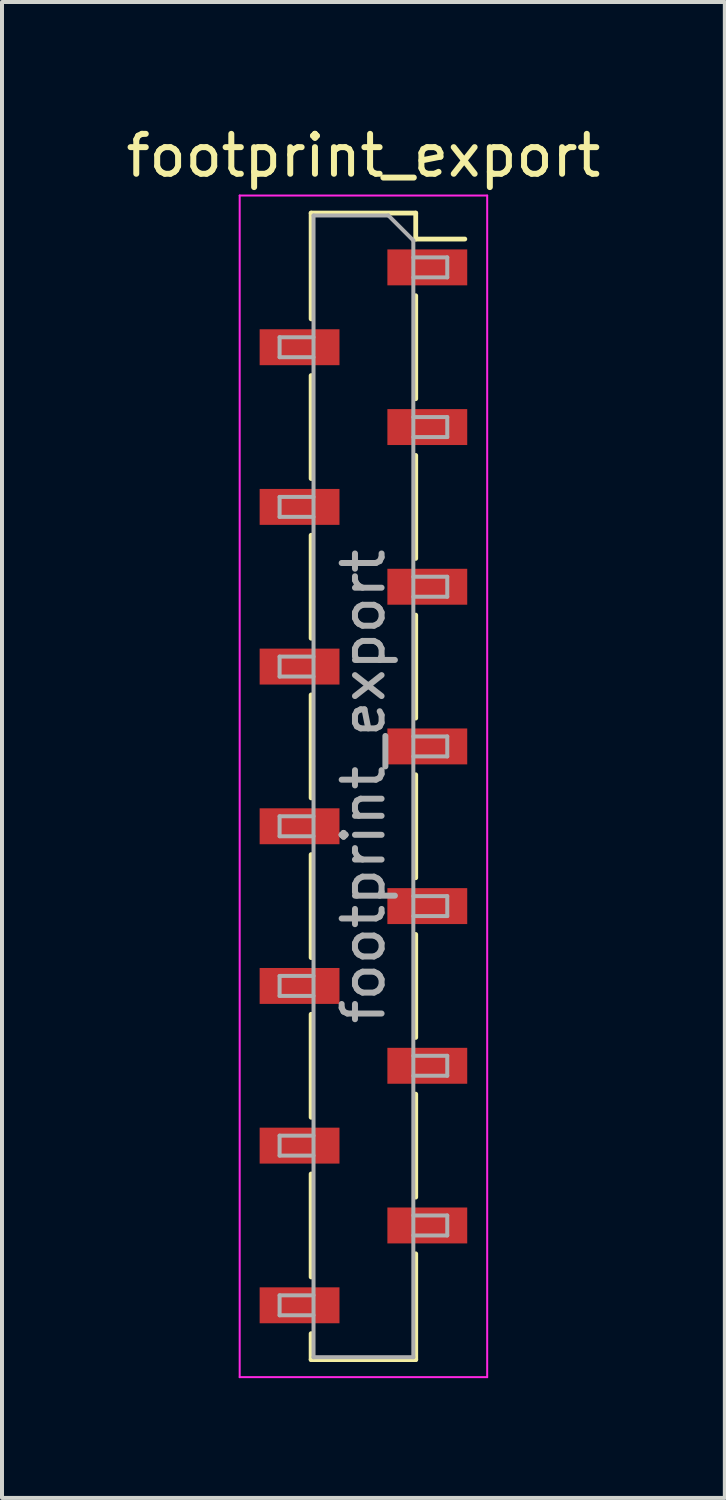
<source format=kicad_pcb>
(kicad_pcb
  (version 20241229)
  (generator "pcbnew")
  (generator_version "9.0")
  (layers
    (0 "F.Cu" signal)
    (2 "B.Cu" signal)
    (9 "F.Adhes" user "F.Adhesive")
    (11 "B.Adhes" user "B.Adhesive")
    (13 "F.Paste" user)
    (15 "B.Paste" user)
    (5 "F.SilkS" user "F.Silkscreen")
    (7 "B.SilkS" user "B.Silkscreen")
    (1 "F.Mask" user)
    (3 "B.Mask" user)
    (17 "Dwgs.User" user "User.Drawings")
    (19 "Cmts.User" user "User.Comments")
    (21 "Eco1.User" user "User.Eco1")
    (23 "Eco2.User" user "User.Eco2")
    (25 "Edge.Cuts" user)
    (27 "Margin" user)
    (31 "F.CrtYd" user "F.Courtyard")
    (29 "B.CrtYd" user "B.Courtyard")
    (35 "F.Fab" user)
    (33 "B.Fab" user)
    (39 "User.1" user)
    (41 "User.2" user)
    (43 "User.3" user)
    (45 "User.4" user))
  (footprint "footprint_export"
    (layer "F.Cu")
    (at 6.054 16.648)
    (property "Reference" "footprint_export" (at 0 -15.8 0) (layer "F.SilkS") (effects (font (size 1 1) (thickness 0.15))))
    (attr smd)
    (fp_line (start -1.31 -14.36) (end -1.31 -11.71) (stroke (width 0.12) (type solid)) (layer "F.SilkS"))
    (fp_line (start -1.31 -14.36) (end 1.31 -14.36) (stroke (width 0.12) (type solid)) (layer "F.SilkS"))
    (fp_line (start -1.31 -10.29) (end -1.31 -7.71) (stroke (width 0.12) (type solid)) (layer "F.SilkS"))
    (fp_line (start -1.31 -6.29) (end -1.31 -3.71) (stroke (width 0.12) (type solid)) (layer "F.SilkS"))
    (fp_line (start -1.31 -2.29) (end -1.31 0.29) (stroke (width 0.12) (type solid)) (layer "F.SilkS"))
    (fp_line (start -1.31 1.71) (end -1.31 4.29) (stroke (width 0.12) (type solid)) (layer "F.SilkS"))
    (fp_line (start -1.31 5.71) (end -1.31 8.29) (stroke (width 0.12) (type solid)) (layer "F.SilkS"))
    (fp_line (start -1.31 9.71) (end -1.31 12.29) (stroke (width 0.12) (type solid)) (layer "F.SilkS"))
    (fp_line (start -1.31 13.71) (end -1.31 14.36) (stroke (width 0.12) (type solid)) (layer "F.SilkS"))
    (fp_line (start -1.31 14.36) (end 1.31 14.36) (stroke (width 0.12) (type solid)) (layer "F.SilkS"))
    (fp_line (start 1.31 -14.36) (end 1.31 -13.71) (stroke (width 0.12) (type solid)) (layer "F.SilkS"))
    (fp_line (start 1.31 -13.71) (end 2.54 -13.71) (stroke (width 0.12) (type solid)) (layer "F.SilkS"))
    (fp_line (start 1.31 -12.29) (end 1.31 -9.71) (stroke (width 0.12) (type solid)) (layer "F.SilkS"))
    (fp_line (start 1.31 -8.29) (end 1.31 -5.71) (stroke (width 0.12) (type solid)) (layer "F.SilkS"))
    (fp_line (start 1.31 -4.29) (end 1.31 -1.71) (stroke (width 0.12) (type solid)) (layer "F.SilkS"))
    (fp_line (start 1.31 -0.29) (end 1.31 2.29) (stroke (width 0.12) (type solid)) (layer "F.SilkS"))
    (fp_line (start 1.31 3.71) (end 1.31 6.29) (stroke (width 0.12) (type solid)) (layer "F.SilkS"))
    (fp_line (start 1.31 7.71) (end 1.31 10.29) (stroke (width 0.12) (type solid)) (layer "F.SilkS"))
    (fp_line (start 1.31 11.71) (end 1.31 14.36) (stroke (width 0.12) (type solid)) (layer "F.SilkS"))
    (fp_line (start -3.1 -14.8) (end 3.1 -14.8) (stroke (width 0.05) (type solid)) (layer "F.CrtYd"))
    (fp_line (start -3.1 14.8) (end -3.1 -14.8) (stroke (width 0.05) (type solid)) (layer "F.CrtYd"))
    (fp_line (start 3.1 -14.8) (end 3.1 14.8) (stroke (width 0.05) (type solid)) (layer "F.CrtYd"))
    (fp_line (start 3.1 14.8) (end -3.1 14.8) (stroke (width 0.05) (type solid)) (layer "F.CrtYd"))
    (fp_line (start -2.1 -11.25) (end -1.25 -11.25) (stroke (width 0.1) (type solid)) (layer "F.Fab"))
    (fp_line (start -2.1 -10.75) (end -2.1 -11.25) (stroke (width 0.1) (type solid)) (layer "F.Fab"))
    (fp_line (start -2.1 -7.25) (end -1.25 -7.25) (stroke (width 0.1) (type solid)) (layer "F.Fab"))
    (fp_line (start -2.1 -6.75) (end -2.1 -7.25) (stroke (width 0.1) (type solid)) (layer "F.Fab"))
    (fp_line (start -2.1 -3.25) (end -1.25 -3.25) (stroke (width 0.1) (type solid)) (layer "F.Fab"))
    (fp_line (start -2.1 -2.75) (end -2.1 -3.25) (stroke (width 0.1) (type solid)) (layer "F.Fab"))
    (fp_line (start -2.1 0.75) (end -1.25 0.75) (stroke (width 0.1) (type solid)) (layer "F.Fab"))
    (fp_line (start -2.1 1.25) (end -2.1 0.75) (stroke (width 0.1) (type solid)) (layer "F.Fab"))
    (fp_line (start -2.1 4.75) (end -1.25 4.75) (stroke (width 0.1) (type solid)) (layer "F.Fab"))
    (fp_line (start -2.1 5.25) (end -2.1 4.75) (stroke (width 0.1) (type solid)) (layer "F.Fab"))
    (fp_line (start -2.1 8.75) (end -1.25 8.75) (stroke (width 0.1) (type solid)) (layer "F.Fab"))
    (fp_line (start -2.1 9.25) (end -2.1 8.75) (stroke (width 0.1) (type solid)) (layer "F.Fab"))
    (fp_line (start -2.1 12.75) (end -1.25 12.75) (stroke (width 0.1) (type solid)) (layer "F.Fab"))
    (fp_line (start -2.1 13.25) (end -2.1 12.75) (stroke (width 0.1) (type solid)) (layer "F.Fab"))
    (fp_line (start -1.25 -14.3) (end 0.625 -14.3) (stroke (width 0.1) (type solid)) (layer "F.Fab"))
    (fp_line (start -1.25 -10.75) (end -2.1 -10.75) (stroke (width 0.1) (type solid)) (layer "F.Fab"))
    (fp_line (start -1.25 -6.75) (end -2.1 -6.75) (stroke (width 0.1) (type solid)) (layer "F.Fab"))
    (fp_line (start -1.25 -2.75) (end -2.1 -2.75) (stroke (width 0.1) (type solid)) (layer "F.Fab"))
    (fp_line (start -1.25 1.25) (end -2.1 1.25) (stroke (width 0.1) (type solid)) (layer "F.Fab"))
    (fp_line (start -1.25 5.25) (end -2.1 5.25) (stroke (width 0.1) (type solid)) (layer "F.Fab"))
    (fp_line (start -1.25 9.25) (end -2.1 9.25) (stroke (width 0.1) (type solid)) (layer "F.Fab"))
    (fp_line (start -1.25 13.25) (end -2.1 13.25) (stroke (width 0.1) (type solid)) (layer "F.Fab"))
    (fp_line (start -1.25 14.3) (end -1.25 -14.3) (stroke (width 0.1) (type solid)) (layer "F.Fab"))
    (fp_line (start 0.625 -14.3) (end 1.25 -13.675) (stroke (width 0.1) (type solid)) (layer "F.Fab"))
    (fp_line (start 1.25 -13.675) (end 1.25 14.3) (stroke (width 0.1) (type solid)) (layer "F.Fab"))
    (fp_line (start 1.25 -13.25) (end 2.1 -13.25) (stroke (width 0.1) (type solid)) (layer "F.Fab"))
    (fp_line (start 1.25 -9.25) (end 2.1 -9.25) (stroke (width 0.1) (type solid)) (layer "F.Fab"))
    (fp_line (start 1.25 -5.25) (end 2.1 -5.25) (stroke (width 0.1) (type solid)) (layer "F.Fab"))
    (fp_line (start 1.25 -1.25) (end 2.1 -1.25) (stroke (width 0.1) (type solid)) (layer "F.Fab"))
    (fp_line (start 1.25 2.75) (end 2.1 2.75) (stroke (width 0.1) (type solid)) (layer "F.Fab"))
    (fp_line (start 1.25 6.75) (end 2.1 6.75) (stroke (width 0.1) (type solid)) (layer "F.Fab"))
    (fp_line (start 1.25 10.75) (end 2.1 10.75) (stroke (width 0.1) (type solid)) (layer "F.Fab"))
    (fp_line (start 1.25 14.3) (end -1.25 14.3) (stroke (width 0.1) (type solid)) (layer "F.Fab"))
    (fp_line (start 2.1 -13.25) (end 2.1 -12.75) (stroke (width 0.1) (type solid)) (layer "F.Fab"))
    (fp_line (start 2.1 -12.75) (end 1.25 -12.75) (stroke (width 0.1) (type solid)) (layer "F.Fab"))
    (fp_line (start 2.1 -9.25) (end 2.1 -8.75) (stroke (width 0.1) (type solid)) (layer "F.Fab"))
    (fp_line (start 2.1 -8.75) (end 1.25 -8.75) (stroke (width 0.1) (type solid)) (layer "F.Fab"))
    (fp_line (start 2.1 -5.25) (end 2.1 -4.75) (stroke (width 0.1) (type solid)) (layer "F.Fab"))
    (fp_line (start 2.1 -4.75) (end 1.25 -4.75) (stroke (width 0.1) (type solid)) (layer "F.Fab"))
    (fp_line (start 2.1 -1.25) (end 2.1 -0.75) (stroke (width 0.1) (type solid)) (layer "F.Fab"))
    (fp_line (start 2.1 -0.75) (end 1.25 -0.75) (stroke (width 0.1) (type solid)) (layer "F.Fab"))
    (fp_line (start 2.1 2.75) (end 2.1 3.25) (stroke (width 0.1) (type solid)) (layer "F.Fab"))
    (fp_line (start 2.1 3.25) (end 1.25 3.25) (stroke (width 0.1) (type solid)) (layer "F.Fab"))
    (fp_line (start 2.1 6.75) (end 2.1 7.25) (stroke (width 0.1) (type solid)) (layer "F.Fab"))
    (fp_line (start 2.1 7.25) (end 1.25 7.25) (stroke (width 0.1) (type solid)) (layer "F.Fab"))
    (fp_line (start 2.1 10.75) (end 2.1 11.25) (stroke (width 0.1) (type solid)) (layer "F.Fab"))
    (fp_line (start 2.1 11.25) (end 1.25 11.25) (stroke (width 0.1) (type solid)) (layer "F.Fab"))
    (fp_text user "${REFERENCE}" (at 0 0 90) (layer "F.Fab") (effects (font (size 1 1) (thickness 0.15))))
    (pad "1" smd rect (at 1.6 -13) (size 2 0.9) (layers "F.Cu" "F.Mask" "F.Paste"))
    (pad "2" smd rect (at -1.6 -11) (size 2 0.9) (layers "F.Cu" "F.Mask" "F.Paste"))
    (pad "3" smd rect (at 1.6 -9) (size 2 0.9) (layers "F.Cu" "F.Mask" "F.Paste"))
    (pad "4" smd rect (at -1.6 -7) (size 2 0.9) (layers "F.Cu" "F.Mask" "F.Paste"))
    (pad "5" smd rect (at 1.6 -5) (size 2 0.9) (layers "F.Cu" "F.Mask" "F.Paste"))
    (pad "6" smd rect (at -1.6 -3) (size 2 0.9) (layers "F.Cu" "F.Mask" "F.Paste"))
    (pad "7" smd rect (at 1.6 -1) (size 2 0.9) (layers "F.Cu" "F.Mask" "F.Paste"))
    (pad "8" smd rect (at -1.6 1) (size 2 0.9) (layers "F.Cu" "F.Mask" "F.Paste"))
    (pad "9" smd rect (at 1.6 3) (size 2 0.9) (layers "F.Cu" "F.Mask" "F.Paste"))
    (pad "10" smd rect (at -1.6 5) (size 2 0.9) (layers "F.Cu" "F.Mask" "F.Paste"))
    (pad "11" smd rect (at 1.6 7) (size 2 0.9) (layers "F.Cu" "F.Mask" "F.Paste"))
    (pad "12" smd rect (at -1.6 9) (size 2 0.9) (layers "F.Cu" "F.Mask" "F.Paste"))
    (pad "13" smd rect (at 1.6 11) (size 2 0.9) (layers "F.Cu" "F.Mask" "F.Paste"))
    (pad "14" smd rect (at -1.6 13) (size 2 0.9) (layers "F.Cu" "F.Mask" "F.Paste")))
  (gr_rect
    (start -3 -3)
    (end 15.107 34.473)
    (stroke (width 0.1) (type default))
    (fill no)
    (layer "Edge.Cuts")))
</source>
